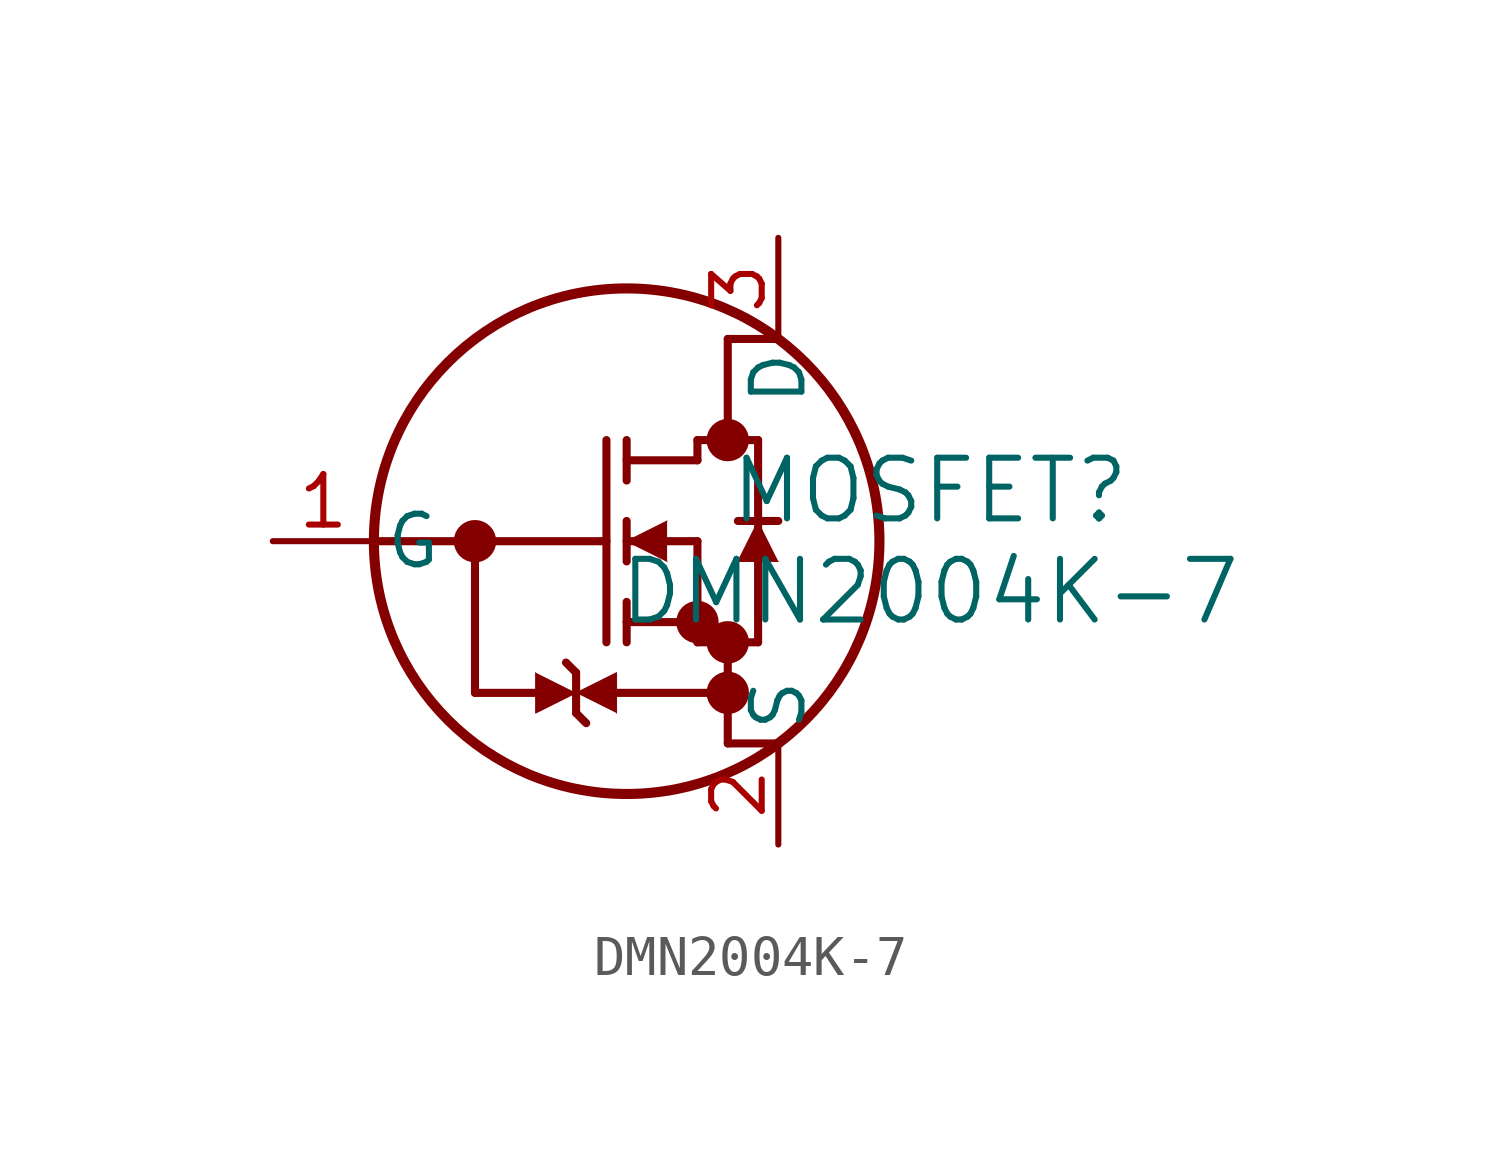
<source format=kicad_sym>
(kicad_symbol_lib
  (version 20211014)
  (generator kicad_symbol_editor)
  (symbol "DMN2004K-7"
    (pin_names
      (offset 0.254))
    (property "Reference" "MOSFET"
      (at 16.51 1.27 0)
      (effects (font (size 1.524 1.524))))
    (property "Value" "DMN2004K-7"
      (at 16.51 -1.27 0)
      (effects (font (size 1.524 1.524))))
    (symbol "DMN2004K-7_0_1"
      (circle (center 11.43 2.54) (radius 0.025) (stroke (width 0.508) (type default) (color 0 0 0 0)) (fill (type none)))
      (circle (center 11.43 -2.54) (radius 0.025) (stroke (width 0.508) (type default) (color 0 0 0 0)) (fill (type none)))
      (circle (center 10.668 -2.032) (radius 0.025) (stroke (width 0.508) (type default) (color 0 0 0 0)) (fill (type none)))
      (circle (center 8.89 0) (radius 6.35) (stroke (width 0.254) (type default) (color 0 0 0 0)) (fill (type none)))
      (polyline (pts (xy 2.54 0) (xy 8.382 0)) (stroke (width 0.203) (type default) (color 0 0 0 0)) (fill (type none)))
      (polyline (pts (xy 8.382 -2.54) (xy 8.382 2.54)) (stroke (width 0.203) (type default) (color 0 0 0 0)) (fill (type none)))
      (polyline (pts (xy 8.89 -0.508) (xy 8.89 0.508)) (stroke (width 0.203) (type default) (color 0 0 0 0)) (fill (type none)))
      (polyline (pts (xy 8.89 -2.54) (xy 8.89 -1.524)) (stroke (width 0.203) (type default) (color 0 0 0 0)) (fill (type none)))
      (polyline (pts (xy 8.89 1.524) (xy 8.89 2.54)) (stroke (width 0.203) (type default) (color 0 0 0 0)) (fill (type none)))
      (polyline (pts (xy 8.89 0) (xy 10.668 0)) (stroke (width 0.203) (type default) (color 0 0 0 0)) (fill (type none)))
      (polyline (pts (xy 8.89 -2.032) (xy 10.668 -2.032)) (stroke (width 0.203) (type default) (color 0 0 0 0)) (fill (type none)))
      (polyline (pts (xy 10.668 -2.54) (xy 10.668 0)) (stroke (width 0.203) (type default) (color 0 0 0 0)) (fill (type none)))
      (polyline (pts (xy 10.668 -2.54) (xy 12.192 -2.54)) (stroke (width 0.203) (type default) (color 0 0 0 0)) (fill (type none)))
      (polyline (pts (xy 8.89 2.032) (xy 10.668 2.032)) (stroke (width 0.203) (type default) (color 0 0 0 0)) (fill (type none)))
      (polyline (pts (xy 12.192 -2.54) (xy 12.192 2.54)) (stroke (width 0.203) (type default) (color 0 0 0 0)) (fill (type none)))
      (polyline (pts (xy 12.7 0.508) (xy 11.684 0.508)) (stroke (width 0.203) (type default) (color 0 0 0 0)) (fill (type none)))
      (polyline (pts (xy 10.668 2.54) (xy 12.192 2.54)) (stroke (width 0.203) (type default) (color 0 0 0 0)) (fill (type none)))
      (polyline (pts (xy 10.668 2.032) (xy 10.668 2.54)) (stroke (width 0.203) (type default) (color 0 0 0 0)) (fill (type none)))
      (polyline (pts (xy 9.906 -0.508) (xy 8.89 0) (xy 9.906 0.508)) (stroke (width 0.025) (type default) (color 0 0 0 0)) (fill (type outline)))
      (polyline (pts (xy 12.7 -0.508) (xy 11.684 -0.508) (xy 12.192 0.508)) (stroke (width 0.025) (type default) (color 0 0 0 0)) (fill (type outline)))
      (polyline (pts (xy 11.43 5.08) (xy 11.43 2.54)) (stroke (width 0.203) (type default) (color 0 0 0 0)) (fill (type none)))
      (polyline (pts (xy 11.43 -5.08) (xy 12.7 -5.08)) (stroke (width 0.203) (type default) (color 0 0 0 0)) (fill (type none)))
      (circle (center 11.43 -3.81) (radius 0.025) (stroke (width 0.508) (type default) (color 0 0 0 0)) (fill (type none)))
      (circle (center 5.08 0) (radius 0.025) (stroke (width 0.508) (type default) (color 0 0 0 0)) (fill (type none)))
      (polyline (pts (xy 7.62 -3.302) (xy 7.62 -4.318)) (stroke (width 0.203) (type default) (color 0 0 0 0)) (fill (type none)))
      (polyline (pts (xy 6.604 -3.302) (xy 6.604 -4.318) (xy 7.62 -3.81)) (stroke (width 0.025) (type default) (color 0 0 0 0)) (fill (type outline)))
      (polyline (pts (xy 8.636 -4.318) (xy 8.636 -3.302) (xy 7.62 -3.81)) (stroke (width 0.025) (type default) (color 0 0 0 0)) (fill (type outline)))
      (polyline (pts (xy 5.08 -3.81) (xy 5.08 0)) (stroke (width 0.203) (type default) (color 0 0 0 0)) (fill (type none)))
      (polyline (pts (xy 5.08 -3.81) (xy 6.604 -3.81)) (stroke (width 0.203) (type default) (color 0 0 0 0)) (fill (type none)))
      (polyline (pts (xy 8.636 -3.81) (xy 11.43 -3.81)) (stroke (width 0.203) (type default) (color 0 0 0 0)) (fill (type none)))
      (polyline (pts (xy 7.366 -3.048) (xy 7.62 -3.302)) (stroke (width 0.203) (type default) (color 0 0 0 0)) (fill (type none)))
      (polyline (pts (xy 7.62 -4.318) (xy 7.874 -4.572)) (stroke (width 0.203) (type default) (color 0 0 0 0)) (fill (type none)))
      (polyline (pts (xy 11.43 -5.08) (xy 11.43 -2.54)) (stroke (width 0.203) (type default) (color 0 0 0 0)) (fill (type none)))
      (polyline (pts (xy 11.43 5.08) (xy 12.7 5.08)) (stroke (width 0.203) (type default) (color 0 0 0 0)) (fill (type none)))
      (pin unspecified line (at 0 0 0) (length 2.54) (name "G" (effects (font (size 1.27 1.27)))) (number "1" (effects (font (size 1.27 1.27)))))
      (pin unspecified line (at 12.7 -7.62 90) (length 2.54) (name "S" (effects (font (size 1.27 1.27)))) (number "2" (effects (font (size 1.27 1.27)))))
      (pin unspecified line (at 12.7 7.62 270) (length 2.54) (name "D" (effects (font (size 1.27 1.27)))) (number "3" (effects (font (size 1.27 1.27))))))))
</source>
